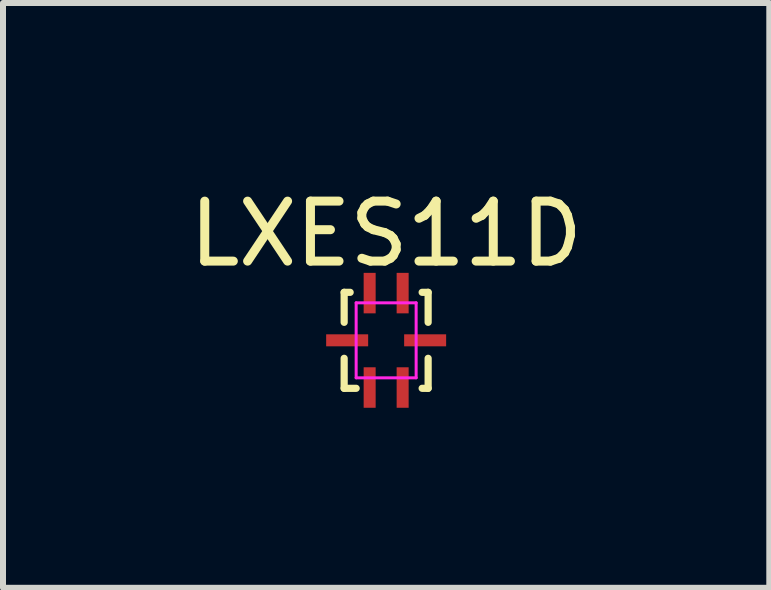
<source format=kicad_pcb>
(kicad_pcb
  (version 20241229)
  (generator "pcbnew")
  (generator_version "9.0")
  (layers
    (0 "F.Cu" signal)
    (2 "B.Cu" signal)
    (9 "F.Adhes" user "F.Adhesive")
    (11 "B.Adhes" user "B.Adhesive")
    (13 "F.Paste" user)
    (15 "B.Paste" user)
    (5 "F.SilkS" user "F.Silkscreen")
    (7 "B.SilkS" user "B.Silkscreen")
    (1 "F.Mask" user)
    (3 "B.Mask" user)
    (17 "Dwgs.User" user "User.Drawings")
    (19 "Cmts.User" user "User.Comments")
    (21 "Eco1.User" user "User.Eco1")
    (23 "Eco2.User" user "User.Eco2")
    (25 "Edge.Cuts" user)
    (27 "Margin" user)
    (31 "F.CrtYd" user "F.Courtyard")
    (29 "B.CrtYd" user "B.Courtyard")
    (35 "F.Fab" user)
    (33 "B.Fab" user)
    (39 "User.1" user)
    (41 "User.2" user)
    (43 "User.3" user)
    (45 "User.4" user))
  (footprint "LXES11D"
    (layer "F.Cu")
    (at 3.387 2.623)
    (property "Reference" "LXES11D" (at 0 -1.775 0) (layer "F.SilkS") (effects (font (size 1 1) (thickness 0.15))))
    (attr through_hole)
    (fp_line (start -0.7 -0.8) (end -0.6 -0.8) (stroke (width 0.12) (type solid)) (layer "F.SilkS"))
    (fp_line (start -0.7 -0.3) (end -0.7 -0.8) (stroke (width 0.12) (type solid)) (layer "F.SilkS"))
    (fp_line (start -0.7 0.8) (end -0.7 0.3) (stroke (width 0.12) (type solid)) (layer "F.SilkS"))
    (fp_line (start -0.5 0.8) (end -0.7 0.8) (stroke (width 0.12) (type solid)) (layer "F.SilkS"))
    (fp_line (start 0.6 -0.8) (end 0.7 -0.8) (stroke (width 0.12) (type solid)) (layer "F.SilkS"))
    (fp_line (start 0.7 -0.8) (end 0.7 -0.3) (stroke (width 0.12) (type solid)) (layer "F.SilkS"))
    (fp_line (start 0.7 0.3) (end 0.7 0.8) (stroke (width 0.12) (type solid)) (layer "F.SilkS"))
    (fp_line (start 0.7 0.8) (end 0.6 0.8) (stroke (width 0.12) (type solid)) (layer "F.SilkS"))
    (fp_line (start -0.5 -0.625) (end 0.5 -0.625) (stroke (width 0.05) (type solid)) (layer "F.CrtYd"))
    (fp_line (start -0.5 0.625) (end -0.5 -0.625) (stroke (width 0.05) (type solid)) (layer "F.CrtYd"))
    (fp_line (start 0.5 -0.625) (end 0.5 0.625) (stroke (width 0.05) (type solid)) (layer "F.CrtYd"))
    (fp_line (start 0.5 0.625) (end -0.5 0.625) (stroke (width 0.05) (type solid)) (layer "F.CrtYd"))
    (pad "1" smd rect (at -0.275 -0.787) (size 0.2 0.675) (layers "F.Cu" "F.Mask" "F.Paste"))
    (pad "2" smd rect (at 0.275 -0.787) (size 0.2 0.675) (layers "F.Cu" "F.Mask" "F.Paste"))
    (pad "3" smd rect (at 0.65 0) (size 0.7 0.2) (layers "F.Cu" "F.Mask" "F.Paste"))
    (pad "4" smd rect (at 0.275 0.787) (size 0.2 0.675) (layers "F.Cu" "F.Mask" "F.Paste"))
    (pad "5" smd rect (at -0.275 0.787) (size 0.2 0.675) (layers "F.Cu" "F.Mask" "F.Paste"))
    (pad "6" smd rect (at -0.65 0) (size 0.7 0.2) (layers "F.Cu" "F.Mask" "F.Paste")))
  (gr_rect
    (start -3 -3)
    (end 9.774 6.748)
    (stroke (width 0.1) (type default))
    (fill no)
    (layer "Edge.Cuts")))
</source>
